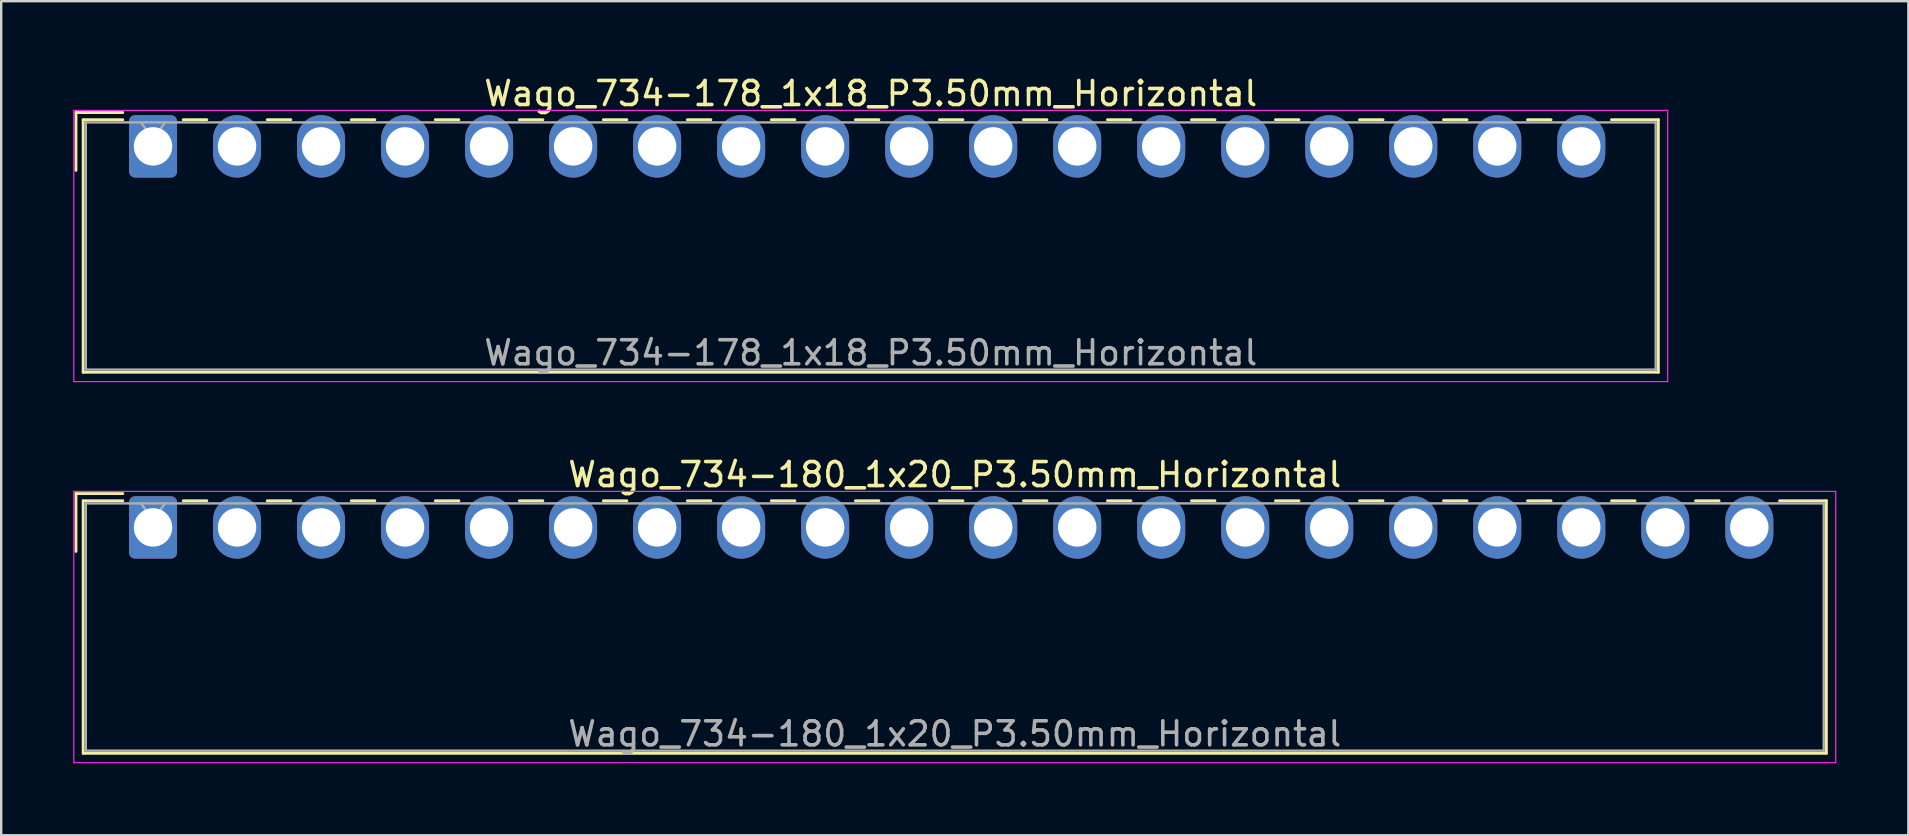
<source format=kicad_pcb>
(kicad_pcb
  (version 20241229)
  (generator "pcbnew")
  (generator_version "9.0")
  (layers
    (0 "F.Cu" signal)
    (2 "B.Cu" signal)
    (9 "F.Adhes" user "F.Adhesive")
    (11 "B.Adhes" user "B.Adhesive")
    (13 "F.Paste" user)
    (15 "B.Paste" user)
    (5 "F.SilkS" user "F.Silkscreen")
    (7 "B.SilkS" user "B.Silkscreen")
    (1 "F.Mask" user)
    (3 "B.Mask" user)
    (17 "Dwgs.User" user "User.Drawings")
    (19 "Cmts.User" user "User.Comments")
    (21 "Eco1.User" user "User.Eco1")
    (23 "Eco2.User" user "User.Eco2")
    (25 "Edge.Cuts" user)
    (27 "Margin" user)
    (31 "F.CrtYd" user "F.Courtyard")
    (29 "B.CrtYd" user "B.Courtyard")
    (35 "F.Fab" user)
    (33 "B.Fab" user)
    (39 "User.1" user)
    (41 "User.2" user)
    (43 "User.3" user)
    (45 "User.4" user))
  (footprint "Wago_734-180_1x20_P3.50mm_Horizontal"
    (layer "F.Cu")
    (at 3.325 18.922)
    (property "Reference" "Wago_734-180_1x20_P3.50mm_Horizontal" (at 33.4 -2.2 0) (layer "F.SilkS") (effects (font (size 1 1) (thickness 0.15))))
    (attr through_hole)
    (fp_line (start -3.21 -1.41) (end -1.26 -1.41) (stroke (width 0.12) (type solid)) (layer "F.SilkS"))
    (fp_line (start -3.21 1) (end -3.21 -1.41) (stroke (width 0.12) (type solid)) (layer "F.SilkS"))
    (fp_line (start -2.91 -1.11) (end -2.91 9.41) (stroke (width 0.12) (type solid)) (layer "F.SilkS"))
    (fp_line (start -2.91 9.41) (end 69.71 9.41) (stroke (width 0.12) (type solid)) (layer "F.SilkS"))
    (fp_line (start -1.26 -1.11) (end -2.91 -1.11) (stroke (width 0.12) (type solid)) (layer "F.SilkS"))
    (fp_line (start 1.26 -1.11) (end 2.24 -1.11) (stroke (width 0.12) (type solid)) (layer "F.SilkS"))
    (fp_line (start 4.76 -1.11) (end 5.74 -1.11) (stroke (width 0.12) (type solid)) (layer "F.SilkS"))
    (fp_line (start 8.26 -1.11) (end 9.24 -1.11) (stroke (width 0.12) (type solid)) (layer "F.SilkS"))
    (fp_line (start 11.76 -1.11) (end 12.74 -1.11) (stroke (width 0.12) (type solid)) (layer "F.SilkS"))
    (fp_line (start 15.26 -1.11) (end 16.24 -1.11) (stroke (width 0.12) (type solid)) (layer "F.SilkS"))
    (fp_line (start 18.76 -1.11) (end 19.74 -1.11) (stroke (width 0.12) (type solid)) (layer "F.SilkS"))
    (fp_line (start 22.26 -1.11) (end 23.24 -1.11) (stroke (width 0.12) (type solid)) (layer "F.SilkS"))
    (fp_line (start 25.76 -1.11) (end 26.74 -1.11) (stroke (width 0.12) (type solid)) (layer "F.SilkS"))
    (fp_line (start 29.26 -1.11) (end 30.24 -1.11) (stroke (width 0.12) (type solid)) (layer "F.SilkS"))
    (fp_line (start 32.76 -1.11) (end 33.74 -1.11) (stroke (width 0.12) (type solid)) (layer "F.SilkS"))
    (fp_line (start 36.26 -1.11) (end 37.24 -1.11) (stroke (width 0.12) (type solid)) (layer "F.SilkS"))
    (fp_line (start 39.76 -1.11) (end 40.74 -1.11) (stroke (width 0.12) (type solid)) (layer "F.SilkS"))
    (fp_line (start 43.26 -1.11) (end 44.24 -1.11) (stroke (width 0.12) (type solid)) (layer "F.SilkS"))
    (fp_line (start 46.76 -1.11) (end 47.74 -1.11) (stroke (width 0.12) (type solid)) (layer "F.SilkS"))
    (fp_line (start 50.26 -1.11) (end 51.24 -1.11) (stroke (width 0.12) (type solid)) (layer "F.SilkS"))
    (fp_line (start 53.76 -1.11) (end 54.74 -1.11) (stroke (width 0.12) (type solid)) (layer "F.SilkS"))
    (fp_line (start 57.26 -1.11) (end 58.24 -1.11) (stroke (width 0.12) (type solid)) (layer "F.SilkS"))
    (fp_line (start 60.76 -1.11) (end 61.74 -1.11) (stroke (width 0.12) (type solid)) (layer "F.SilkS"))
    (fp_line (start 64.26 -1.11) (end 65.24 -1.11) (stroke (width 0.12) (type solid)) (layer "F.SilkS"))
    (fp_line (start 69.71 -1.11) (end 67.76 -1.11) (stroke (width 0.12) (type solid)) (layer "F.SilkS"))
    (fp_line (start 69.71 9.41) (end 69.71 -1.11) (stroke (width 0.12) (type solid)) (layer "F.SilkS"))
    (fp_line (start -3.3 -1.5) (end -3.3 9.8) (stroke (width 0.05) (type solid)) (layer "F.CrtYd"))
    (fp_line (start -3.3 9.8) (end 70.1 9.8) (stroke (width 0.05) (type solid)) (layer "F.CrtYd"))
    (fp_line (start 70.1 -1.5) (end -3.3 -1.5) (stroke (width 0.05) (type solid)) (layer "F.CrtYd"))
    (fp_line (start 70.1 9.8) (end 70.1 -1.5) (stroke (width 0.05) (type solid)) (layer "F.CrtYd"))
    (fp_line (start -2.8 -1) (end -2.8 9.3) (stroke (width 0.1) (type solid)) (layer "F.Fab"))
    (fp_line (start -2.8 9.3) (end 69.6 9.3) (stroke (width 0.1) (type solid)) (layer "F.Fab"))
    (fp_line (start -0.5 -1) (end 0 -0.293) (stroke (width 0.1) (type solid)) (layer "F.Fab"))
    (fp_line (start 0 -0.293) (end 0.5 -1) (stroke (width 0.1) (type solid)) (layer "F.Fab"))
    (fp_line (start 69.6 -1) (end -2.8 -1) (stroke (width 0.1) (type solid)) (layer "F.Fab"))
    (fp_line (start 69.6 9.3) (end 69.6 -1) (stroke (width 0.1) (type solid)) (layer "F.Fab"))
    (fp_text user "${REFERENCE}" (at 33.4 8.6 0) (layer "F.Fab") (effects (font (size 1 1) (thickness 0.15))))
    (pad "1" thru_hole roundrect (at 0 0) (size 2 2.6) (drill 1.6) (layers "*.Cu" "*.Mask") (roundrect_rratio 0.125))
    (pad "2" thru_hole oval (at 3.5 0) (size 2 2.6) (drill 1.6) (layers "*.Cu" "*.Mask"))
    (pad "3" thru_hole oval (at 7 0) (size 2 2.6) (drill 1.6) (layers "*.Cu" "*.Mask"))
    (pad "4" thru_hole oval (at 10.5 0) (size 2 2.6) (drill 1.6) (layers "*.Cu" "*.Mask"))
    (pad "5" thru_hole oval (at 14 0) (size 2 2.6) (drill 1.6) (layers "*.Cu" "*.Mask"))
    (pad "6" thru_hole oval (at 17.5 0) (size 2 2.6) (drill 1.6) (layers "*.Cu" "*.Mask"))
    (pad "7" thru_hole oval (at 21 0) (size 2 2.6) (drill 1.6) (layers "*.Cu" "*.Mask"))
    (pad "8" thru_hole oval (at 24.5 0) (size 2 2.6) (drill 1.6) (layers "*.Cu" "*.Mask"))
    (pad "9" thru_hole oval (at 28 0) (size 2 2.6) (drill 1.6) (layers "*.Cu" "*.Mask"))
    (pad "10" thru_hole oval (at 31.5 0) (size 2 2.6) (drill 1.6) (layers "*.Cu" "*.Mask"))
    (pad "11" thru_hole oval (at 35 0) (size 2 2.6) (drill 1.6) (layers "*.Cu" "*.Mask"))
    (pad "12" thru_hole oval (at 38.5 0) (size 2 2.6) (drill 1.6) (layers "*.Cu" "*.Mask"))
    (pad "13" thru_hole oval (at 42 0) (size 2 2.6) (drill 1.6) (layers "*.Cu" "*.Mask"))
    (pad "14" thru_hole oval (at 45.5 0) (size 2 2.6) (drill 1.6) (layers "*.Cu" "*.Mask"))
    (pad "15" thru_hole oval (at 49 0) (size 2 2.6) (drill 1.6) (layers "*.Cu" "*.Mask"))
    (pad "16" thru_hole oval (at 52.5 0) (size 2 2.6) (drill 1.6) (layers "*.Cu" "*.Mask"))
    (pad "17" thru_hole oval (at 56 0) (size 2 2.6) (drill 1.6) (layers "*.Cu" "*.Mask"))
    (pad "18" thru_hole oval (at 59.5 0) (size 2 2.6) (drill 1.6) (layers "*.Cu" "*.Mask"))
    (pad "19" thru_hole oval (at 63 0) (size 2 2.6) (drill 1.6) (layers "*.Cu" "*.Mask"))
    (pad "20" thru_hole oval (at 66.5 0) (size 2 2.6) (drill 1.6) (layers "*.Cu" "*.Mask")))
  (footprint "Wago_734-178_1x18_P3.50mm_Horizontal"
    (layer "F.Cu")
    (at 3.325 3.048)
    (property "Reference" "Wago_734-178_1x18_P3.50mm_Horizontal" (at 29.9 -2.2 0) (layer "F.SilkS") (effects (font (size 1 1) (thickness 0.15))))
    (attr through_hole)
    (fp_line (start -3.21 -1.41) (end -1.26 -1.41) (stroke (width 0.12) (type solid)) (layer "F.SilkS"))
    (fp_line (start -3.21 1) (end -3.21 -1.41) (stroke (width 0.12) (type solid)) (layer "F.SilkS"))
    (fp_line (start -2.91 -1.11) (end -2.91 9.41) (stroke (width 0.12) (type solid)) (layer "F.SilkS"))
    (fp_line (start -2.91 9.41) (end 62.71 9.41) (stroke (width 0.12) (type solid)) (layer "F.SilkS"))
    (fp_line (start -1.26 -1.11) (end -2.91 -1.11) (stroke (width 0.12) (type solid)) (layer "F.SilkS"))
    (fp_line (start 1.26 -1.11) (end 2.24 -1.11) (stroke (width 0.12) (type solid)) (layer "F.SilkS"))
    (fp_line (start 4.76 -1.11) (end 5.74 -1.11) (stroke (width 0.12) (type solid)) (layer "F.SilkS"))
    (fp_line (start 8.26 -1.11) (end 9.24 -1.11) (stroke (width 0.12) (type solid)) (layer "F.SilkS"))
    (fp_line (start 11.76 -1.11) (end 12.74 -1.11) (stroke (width 0.12) (type solid)) (layer "F.SilkS"))
    (fp_line (start 15.26 -1.11) (end 16.24 -1.11) (stroke (width 0.12) (type solid)) (layer "F.SilkS"))
    (fp_line (start 18.76 -1.11) (end 19.74 -1.11) (stroke (width 0.12) (type solid)) (layer "F.SilkS"))
    (fp_line (start 22.26 -1.11) (end 23.24 -1.11) (stroke (width 0.12) (type solid)) (layer "F.SilkS"))
    (fp_line (start 25.76 -1.11) (end 26.74 -1.11) (stroke (width 0.12) (type solid)) (layer "F.SilkS"))
    (fp_line (start 29.26 -1.11) (end 30.24 -1.11) (stroke (width 0.12) (type solid)) (layer "F.SilkS"))
    (fp_line (start 32.76 -1.11) (end 33.74 -1.11) (stroke (width 0.12) (type solid)) (layer "F.SilkS"))
    (fp_line (start 36.26 -1.11) (end 37.24 -1.11) (stroke (width 0.12) (type solid)) (layer "F.SilkS"))
    (fp_line (start 39.76 -1.11) (end 40.74 -1.11) (stroke (width 0.12) (type solid)) (layer "F.SilkS"))
    (fp_line (start 43.26 -1.11) (end 44.24 -1.11) (stroke (width 0.12) (type solid)) (layer "F.SilkS"))
    (fp_line (start 46.76 -1.11) (end 47.74 -1.11) (stroke (width 0.12) (type solid)) (layer "F.SilkS"))
    (fp_line (start 50.26 -1.11) (end 51.24 -1.11) (stroke (width 0.12) (type solid)) (layer "F.SilkS"))
    (fp_line (start 53.76 -1.11) (end 54.74 -1.11) (stroke (width 0.12) (type solid)) (layer "F.SilkS"))
    (fp_line (start 57.26 -1.11) (end 58.24 -1.11) (stroke (width 0.12) (type solid)) (layer "F.SilkS"))
    (fp_line (start 62.71 -1.11) (end 60.76 -1.11) (stroke (width 0.12) (type solid)) (layer "F.SilkS"))
    (fp_line (start 62.71 9.41) (end 62.71 -1.11) (stroke (width 0.12) (type solid)) (layer "F.SilkS"))
    (fp_line (start -3.3 -1.5) (end -3.3 9.8) (stroke (width 0.05) (type solid)) (layer "F.CrtYd"))
    (fp_line (start -3.3 9.8) (end 63.1 9.8) (stroke (width 0.05) (type solid)) (layer "F.CrtYd"))
    (fp_line (start 63.1 -1.5) (end -3.3 -1.5) (stroke (width 0.05) (type solid)) (layer "F.CrtYd"))
    (fp_line (start 63.1 9.8) (end 63.1 -1.5) (stroke (width 0.05) (type solid)) (layer "F.CrtYd"))
    (fp_line (start -2.8 -1) (end -2.8 9.3) (stroke (width 0.1) (type solid)) (layer "F.Fab"))
    (fp_line (start -2.8 9.3) (end 62.6 9.3) (stroke (width 0.1) (type solid)) (layer "F.Fab"))
    (fp_line (start -0.5 -1) (end 0 -0.293) (stroke (width 0.1) (type solid)) (layer "F.Fab"))
    (fp_line (start 0 -0.293) (end 0.5 -1) (stroke (width 0.1) (type solid)) (layer "F.Fab"))
    (fp_line (start 62.6 -1) (end -2.8 -1) (stroke (width 0.1) (type solid)) (layer "F.Fab"))
    (fp_line (start 62.6 9.3) (end 62.6 -1) (stroke (width 0.1) (type solid)) (layer "F.Fab"))
    (fp_text user "${REFERENCE}" (at 29.9 8.6 0) (layer "F.Fab") (effects (font (size 1 1) (thickness 0.15))))
    (pad "1" thru_hole roundrect (at 0 0) (size 2 2.6) (drill 1.6) (layers "*.Cu" "*.Mask") (roundrect_rratio 0.125))
    (pad "2" thru_hole oval (at 3.5 0) (size 2 2.6) (drill 1.6) (layers "*.Cu" "*.Mask"))
    (pad "3" thru_hole oval (at 7 0) (size 2 2.6) (drill 1.6) (layers "*.Cu" "*.Mask"))
    (pad "4" thru_hole oval (at 10.5 0) (size 2 2.6) (drill 1.6) (layers "*.Cu" "*.Mask"))
    (pad "5" thru_hole oval (at 14 0) (size 2 2.6) (drill 1.6) (layers "*.Cu" "*.Mask"))
    (pad "6" thru_hole oval (at 17.5 0) (size 2 2.6) (drill 1.6) (layers "*.Cu" "*.Mask"))
    (pad "7" thru_hole oval (at 21 0) (size 2 2.6) (drill 1.6) (layers "*.Cu" "*.Mask"))
    (pad "8" thru_hole oval (at 24.5 0) (size 2 2.6) (drill 1.6) (layers "*.Cu" "*.Mask"))
    (pad "9" thru_hole oval (at 28 0) (size 2 2.6) (drill 1.6) (layers "*.Cu" "*.Mask"))
    (pad "10" thru_hole oval (at 31.5 0) (size 2 2.6) (drill 1.6) (layers "*.Cu" "*.Mask"))
    (pad "11" thru_hole oval (at 35 0) (size 2 2.6) (drill 1.6) (layers "*.Cu" "*.Mask"))
    (pad "12" thru_hole oval (at 38.5 0) (size 2 2.6) (drill 1.6) (layers "*.Cu" "*.Mask"))
    (pad "13" thru_hole oval (at 42 0) (size 2 2.6) (drill 1.6) (layers "*.Cu" "*.Mask"))
    (pad "14" thru_hole oval (at 45.5 0) (size 2 2.6) (drill 1.6) (layers "*.Cu" "*.Mask"))
    (pad "15" thru_hole oval (at 49 0) (size 2 2.6) (drill 1.6) (layers "*.Cu" "*.Mask"))
    (pad "16" thru_hole oval (at 52.5 0) (size 2 2.6) (drill 1.6) (layers "*.Cu" "*.Mask"))
    (pad "17" thru_hole oval (at 56 0) (size 2 2.6) (drill 1.6) (layers "*.Cu" "*.Mask"))
    (pad "18" thru_hole oval (at 59.5 0) (size 2 2.6) (drill 1.6) (layers "*.Cu" "*.Mask")))
  (gr_rect
    (start -3 -3)
    (end 76.45 31.747)
    (stroke (width 0.1) (type default))
    (fill no)
    (layer "Edge.Cuts")))
</source>
